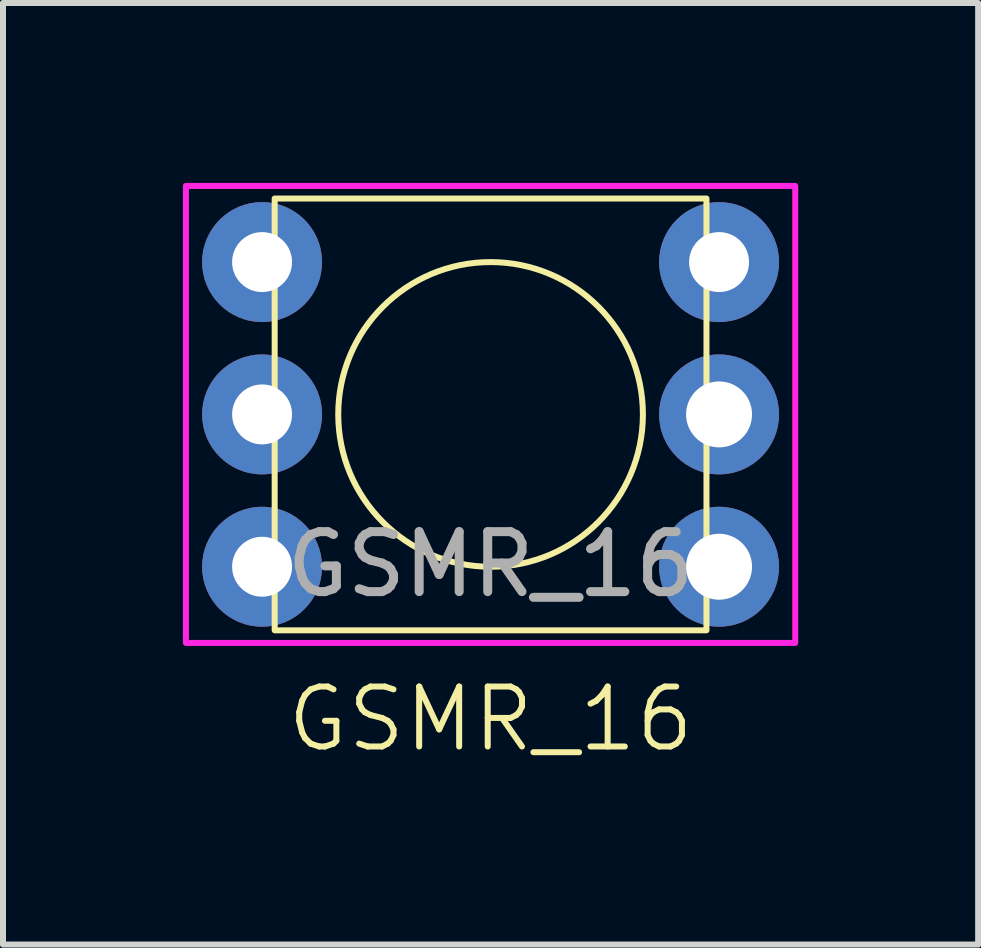
<source format=kicad_pcb>
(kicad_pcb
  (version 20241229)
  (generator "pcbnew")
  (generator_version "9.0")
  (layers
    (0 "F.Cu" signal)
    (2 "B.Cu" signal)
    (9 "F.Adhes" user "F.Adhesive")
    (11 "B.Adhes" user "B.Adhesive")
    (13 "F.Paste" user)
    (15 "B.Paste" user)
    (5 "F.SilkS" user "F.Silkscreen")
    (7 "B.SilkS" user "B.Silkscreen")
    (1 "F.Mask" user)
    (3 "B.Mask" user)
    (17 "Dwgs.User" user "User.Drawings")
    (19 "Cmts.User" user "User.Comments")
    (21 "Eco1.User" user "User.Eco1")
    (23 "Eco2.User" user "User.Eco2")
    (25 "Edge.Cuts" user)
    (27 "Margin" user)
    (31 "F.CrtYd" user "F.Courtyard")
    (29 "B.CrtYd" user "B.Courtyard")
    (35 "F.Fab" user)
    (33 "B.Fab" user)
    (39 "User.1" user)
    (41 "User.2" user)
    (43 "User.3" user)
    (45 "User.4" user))
  (footprint "GSMR_16"
    (layer "F.Cu")
    (at 5.13 3.86)
    (property "Reference" "GSMR_16" (at 0 5.08 0) (unlocked yes) (layer "F.SilkS") (effects (font (size 1 1) (thickness 0.1))))
    (attr through_hole)
    (fp_rect (start -3.6 -3.6) (end 3.6 3.6) (stroke (width 0.1) (type default)) (fill no) (layer "F.SilkS"))
    (fp_circle (center 0 0) (end 2.54 0) (stroke (width 0.1) (type default)) (fill no) (layer "F.SilkS"))
    (fp_rect (start -5.08 -3.81) (end 5.08 3.81) (stroke (width 0.1) (type default)) (fill no) (layer "F.CrtYd"))
    (fp_text user "${REFERENCE}" (at 0 2.5 0) (unlocked yes) (layer "F.Fab") (effects (font (size 1 1) (thickness 0.15))))
    (pad "1" thru_hole circle (at 3.81 0) (size 2 2) (drill 1.1) (layers "*.Cu" "*.Mask"))
    (pad "2" thru_hole circle (at 3.81 -2.54) (size 2 2) (drill 1) (layers "*.Cu" "*.Mask"))
    (pad "4" thru_hole circle (at -3.81 -2.54) (size 2 2) (drill 1) (layers "*.Cu" "*.Mask"))
    (pad "8" thru_hole circle (at -3.81 0) (size 2 2) (drill 1) (layers "*.Cu" "*.Mask"))
    (pad "C" thru_hole circle (at -3.81 2.54) (size 2 2) (drill 1) (layers "*.Cu" "*.Mask"))
    (pad "C" thru_hole circle (at 3.81 2.54) (size 2 2) (drill 1.1) (layers "*.Cu" "*.Mask")))
  (gr_rect
    (start -3 -3)
    (end 13.26 12.7)
    (stroke (width 0.1) (type default))
    (fill no)
    (layer "Edge.Cuts")))
</source>
